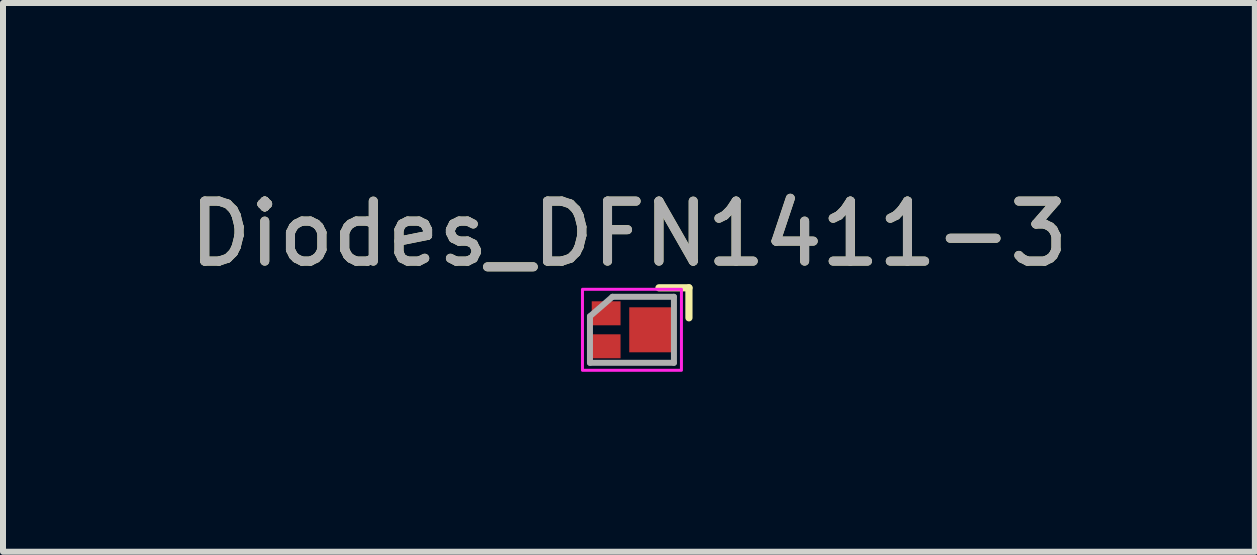
<source format=kicad_pcb>
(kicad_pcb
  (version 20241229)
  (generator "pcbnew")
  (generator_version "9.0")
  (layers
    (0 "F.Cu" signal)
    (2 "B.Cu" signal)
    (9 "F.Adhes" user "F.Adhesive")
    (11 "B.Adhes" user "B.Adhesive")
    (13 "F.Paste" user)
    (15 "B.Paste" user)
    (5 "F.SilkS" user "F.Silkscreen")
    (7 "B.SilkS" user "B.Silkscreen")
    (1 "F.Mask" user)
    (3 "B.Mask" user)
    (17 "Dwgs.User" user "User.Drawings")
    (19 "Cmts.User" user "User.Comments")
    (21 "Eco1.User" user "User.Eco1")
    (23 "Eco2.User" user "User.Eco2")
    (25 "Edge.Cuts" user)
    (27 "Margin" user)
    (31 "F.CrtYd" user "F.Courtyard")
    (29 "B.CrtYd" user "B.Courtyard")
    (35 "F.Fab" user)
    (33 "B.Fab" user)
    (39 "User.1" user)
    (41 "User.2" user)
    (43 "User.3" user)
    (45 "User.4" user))
  (footprint "Diodes_DFN1411-3"
    (layer "F.Cu")
    (at 7.435 2.448)
    (property "Reference" "Diodes_DFN1411-3" (at 0 -1.6 0) (layer "F.SilkS") (effects (font (size 1 1) (thickness 0.15))))
    (attr smd)
    (fp_line (start 1 -0.7) (end 0.5 -0.7) (stroke (width 0.12) (type solid)) (layer "F.SilkS"))
    (fp_line (start 1 -0.7) (end 1 -0.2) (stroke (width 0.12) (type solid)) (layer "F.SilkS"))
    (fp_rect (start -0.775 -0.675) (end 0.875 0.675) (stroke (width 0.05) (type solid)) (fill no) (layer "F.CrtYd"))
    (fp_line (start -0.65 0.55) (end -0.65 -0.225) (stroke (width 0.1) (type solid)) (layer "F.Fab"))
    (fp_line (start -0.275 -0.55) (end -0.65 -0.225) (stroke (width 0.1) (type solid)) (layer "F.Fab"))
    (fp_line (start -0.275 -0.55) (end 0.75 -0.55) (stroke (width 0.1) (type solid)) (layer "F.Fab"))
    (fp_line (start 0.75 -0.55) (end 0.75 0.55) (stroke (width 0.1) (type solid)) (layer "F.Fab"))
    (fp_line (start 0.75 0.55) (end -0.65 0.55) (stroke (width 0.1) (type solid)) (layer "F.Fab"))
    (fp_text user "${REFERENCE}" (at 0 -1.6 0) (layer "F.Fab") (effects (font (size 1 1) (thickness 0.15))))
    (pad "1" smd rect (at -0.38 -0.275) (size 0.48 0.4) (layers "F.Cu" "F.Mask" "F.Paste"))
    (pad "2" smd rect (at -0.38 0.275) (size 0.48 0.4) (layers "F.Cu" "F.Mask" "F.Paste"))
    (pad "3" smd rect (at 0.38 0 270) (size 0.75 0.75) (layers "F.Cu" "F.Mask" "F.Paste")))
  (gr_rect
    (start -3 -3)
    (end 17.869 6.148)
    (stroke (width 0.1) (type default))
    (fill no)
    (layer "Edge.Cuts")))
</source>
